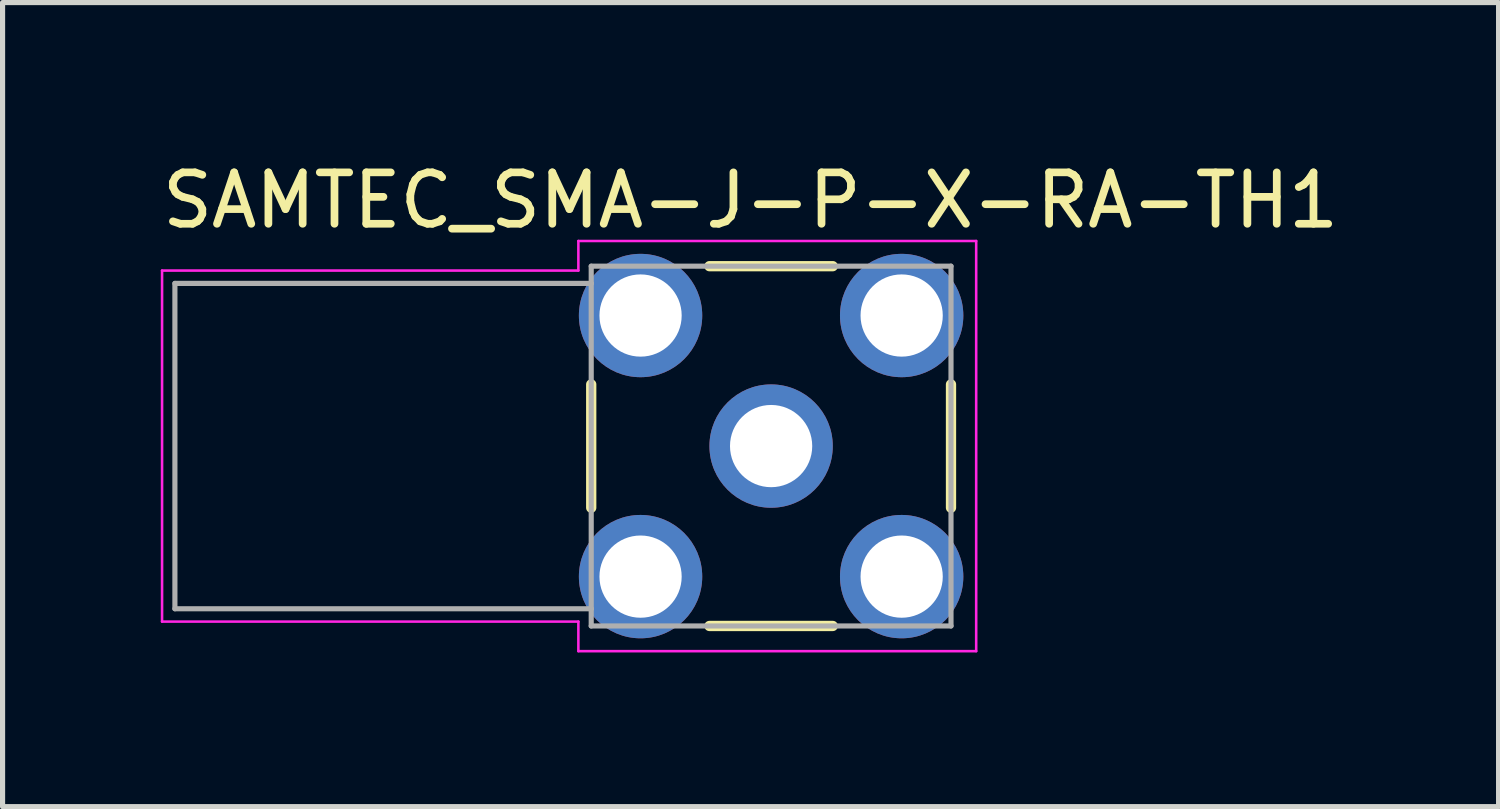
<source format=kicad_pcb>
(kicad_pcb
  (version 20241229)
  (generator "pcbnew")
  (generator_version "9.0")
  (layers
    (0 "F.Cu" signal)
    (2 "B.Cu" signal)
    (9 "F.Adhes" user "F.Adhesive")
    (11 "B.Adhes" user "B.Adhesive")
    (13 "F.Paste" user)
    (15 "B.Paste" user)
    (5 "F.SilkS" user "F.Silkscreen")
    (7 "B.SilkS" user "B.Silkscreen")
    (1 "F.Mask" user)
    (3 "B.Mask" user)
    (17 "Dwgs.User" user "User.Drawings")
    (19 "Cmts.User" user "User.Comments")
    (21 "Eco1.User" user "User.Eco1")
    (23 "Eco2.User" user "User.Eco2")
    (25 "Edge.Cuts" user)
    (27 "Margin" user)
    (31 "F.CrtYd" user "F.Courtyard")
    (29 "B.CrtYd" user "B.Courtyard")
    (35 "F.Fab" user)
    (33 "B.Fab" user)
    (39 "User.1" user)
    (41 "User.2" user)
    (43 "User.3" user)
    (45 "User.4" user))
  (footprint "SAMTEC_SMA-J-P-X-RA-TH1"
    (layer "F.Cu")
    (at 11.953 5.629)
    (property "Reference" "SAMTEC_SMA-J-P-X-RA-TH1" (at -0.4 -4.78 0) (layer "F.SilkS") (effects (font (size 1 1) (thickness 0.15))))
    (attr through_hole)
    (fp_line (start -3.5 1.2) (end -3.5 -1.2) (stroke (width 0.2) (type solid)) (layer "F.SilkS"))
    (fp_line (start -1.2 -3.5) (end 1.2 -3.5) (stroke (width 0.2) (type solid)) (layer "F.SilkS"))
    (fp_line (start 1.2 3.5) (end -1.2 3.5) (stroke (width 0.2) (type solid)) (layer "F.SilkS"))
    (fp_line (start 3.5 1.2) (end 3.5 -1.2) (stroke (width 0.2) (type solid)) (layer "F.SilkS"))
    (fp_line (start -11.85 -3.415) (end -11.85 3.415) (stroke (width 0.05) (type solid)) (layer "F.CrtYd"))
    (fp_line (start -11.85 3.415) (end -3.75 3.415) (stroke (width 0.05) (type solid)) (layer "F.CrtYd"))
    (fp_line (start -3.75 -3.99) (end -3.75 -3.415) (stroke (width 0.05) (type solid)) (layer "F.CrtYd"))
    (fp_line (start -3.75 -3.99) (end 3.99 -3.99) (stroke (width 0.05) (type solid)) (layer "F.CrtYd"))
    (fp_line (start -3.75 -3.415) (end -11.85 -3.415) (stroke (width 0.05) (type solid)) (layer "F.CrtYd"))
    (fp_line (start -3.75 3.415) (end -3.75 3.99) (stroke (width 0.05) (type solid)) (layer "F.CrtYd"))
    (fp_line (start 3.99 -3.99) (end 3.99 3.99) (stroke (width 0.05) (type solid)) (layer "F.CrtYd"))
    (fp_line (start 3.99 3.99) (end -3.75 3.99) (stroke (width 0.05) (type solid)) (layer "F.CrtYd"))
    (fp_line (start -11.6 -3.165) (end -11.6 3.165) (stroke (width 0.1) (type solid)) (layer "F.Fab"))
    (fp_line (start -11.6 3.165) (end -3.5 3.165) (stroke (width 0.1) (type solid)) (layer "F.Fab"))
    (fp_line (start -3.5 -3.5) (end 3.5 -3.5) (stroke (width 0.1) (type solid)) (layer "F.Fab"))
    (fp_line (start -3.5 -3.165) (end -11.6 -3.165) (stroke (width 0.1) (type solid)) (layer "F.Fab"))
    (fp_line (start -3.5 -3.165) (end -3.5 -3.5) (stroke (width 0.1) (type solid)) (layer "F.Fab"))
    (fp_line (start -3.5 3.165) (end -3.5 -3.165) (stroke (width 0.1) (type solid)) (layer "F.Fab"))
    (fp_line (start -3.5 3.5) (end -3.5 3.165) (stroke (width 0.1) (type solid)) (layer "F.Fab"))
    (fp_line (start 3.5 -3.5) (end 3.5 3.5) (stroke (width 0.1) (type solid)) (layer "F.Fab"))
    (fp_line (start 3.5 3.5) (end -3.5 3.5) (stroke (width 0.1) (type solid)) (layer "F.Fab"))
    (pad "1" thru_hole circle (at 0 0) (size 2.4 2.4) (drill 1.6) (layers "*.Cu" "*.Mask"))
    (pad "2" thru_hole circle (at 2.54 2.54) (size 2.4 2.4) (drill 1.6) (layers "*.Cu" "*.Mask"))
    (pad "3" thru_hole circle (at 2.54 -2.54) (size 2.4 2.4) (drill 1.6) (layers "*.Cu" "*.Mask"))
    (pad "4" thru_hole circle (at -2.54 -2.54) (size 2.4 2.4) (drill 1.6) (layers "*.Cu" "*.Mask"))
    (pad "5" thru_hole circle (at -2.54 2.54) (size 2.4 2.4) (drill 1.6) (layers "*.Cu" "*.Mask")))
  (gr_rect
    (start -3 -3)
    (end 26.107 12.644)
    (stroke (width 0.1) (type default))
    (fill no)
    (layer "Edge.Cuts")))
</source>
